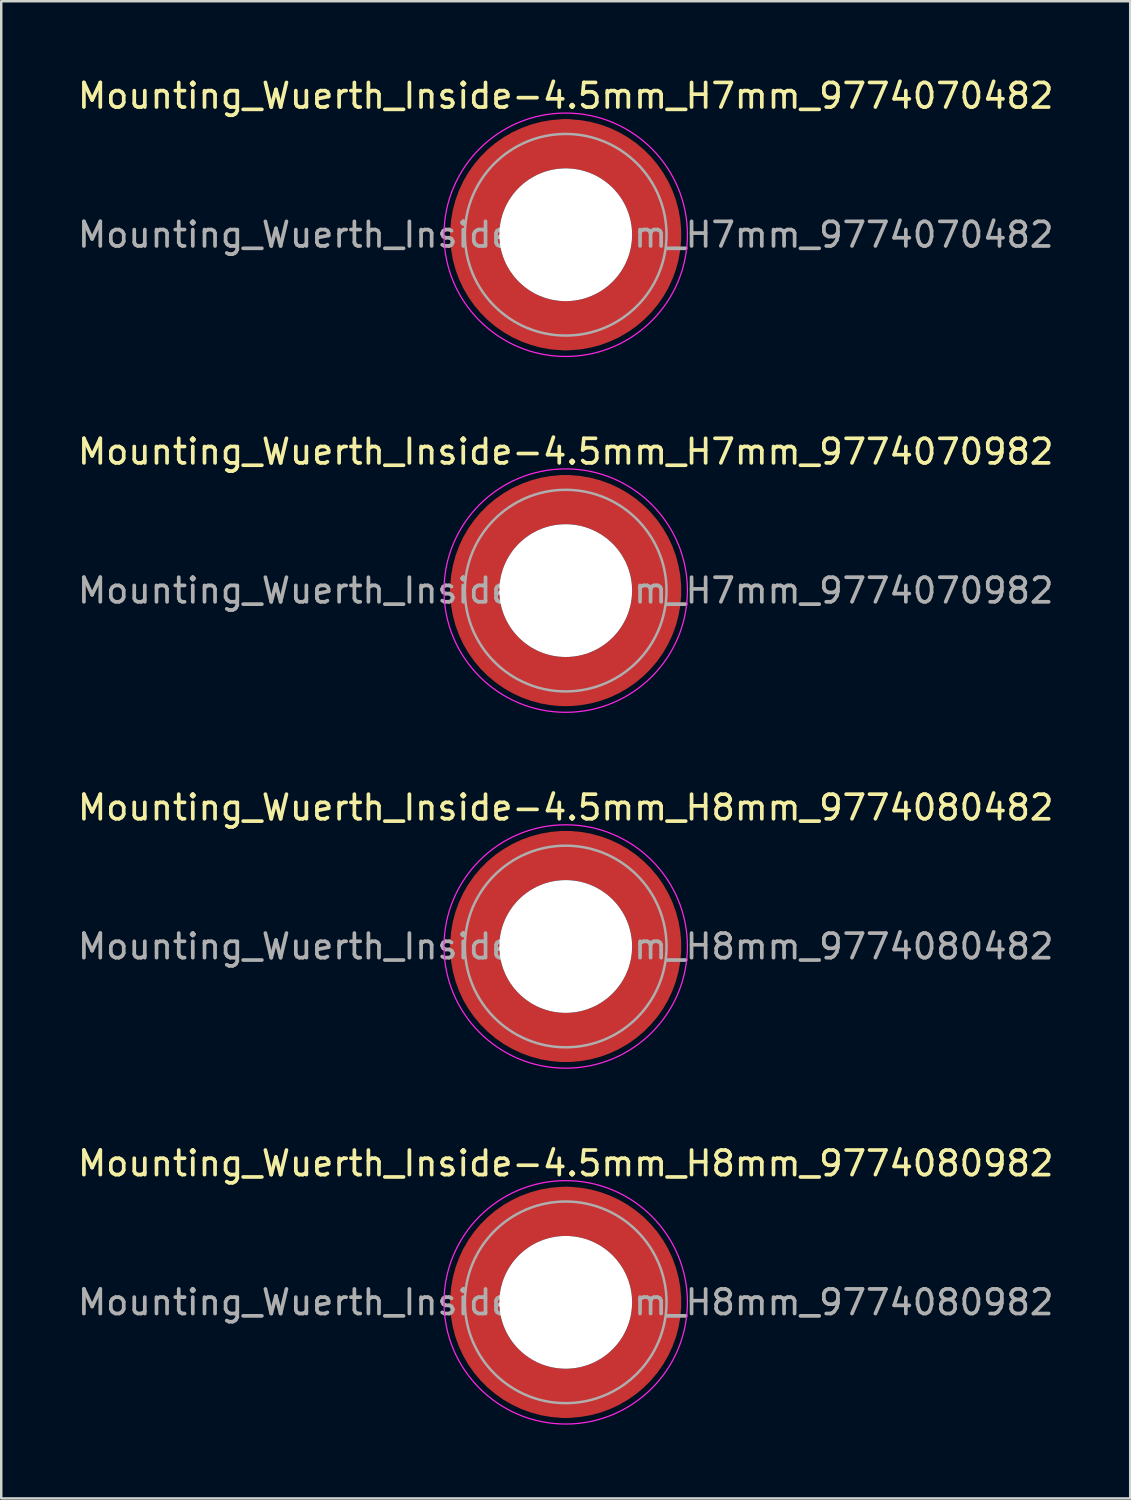
<source format=kicad_pcb>
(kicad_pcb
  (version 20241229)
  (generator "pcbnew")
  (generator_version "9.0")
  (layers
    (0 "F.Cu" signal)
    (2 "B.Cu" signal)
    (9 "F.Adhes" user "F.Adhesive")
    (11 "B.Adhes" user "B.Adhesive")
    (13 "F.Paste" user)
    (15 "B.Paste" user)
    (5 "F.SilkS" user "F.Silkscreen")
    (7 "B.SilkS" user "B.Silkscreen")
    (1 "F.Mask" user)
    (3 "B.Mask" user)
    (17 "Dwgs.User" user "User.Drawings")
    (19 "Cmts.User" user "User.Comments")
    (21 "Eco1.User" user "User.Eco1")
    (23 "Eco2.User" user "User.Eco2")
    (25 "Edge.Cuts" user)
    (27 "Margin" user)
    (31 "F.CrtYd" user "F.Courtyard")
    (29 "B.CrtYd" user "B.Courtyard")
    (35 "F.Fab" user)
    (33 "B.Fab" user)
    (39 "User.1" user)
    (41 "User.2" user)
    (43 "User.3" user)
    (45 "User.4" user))
  (footprint "Mounting_Wuerth_Inside-4.5mm_H7mm_9774070982"
    (layer "F.Cu")
    (at 19.958 20.971)
    (property "Reference" "Mounting_Wuerth_Inside-4.5mm_H7mm_9774070982" (at 0 -5.65 0) (layer "F.SilkS") (effects (font (size 1 1) (thickness 0.15))))
    (attr smd)
    (fp_circle (center 0 0) (end 4.95 0) (stroke (width 0.05) (type solid)) (fill no) (layer "F.CrtYd"))
    (fp_circle (center 0 0) (end 4.1 0) (stroke (width 0.1) (type solid)) (fill no) (layer "F.Fab"))
    (fp_text user "${REFERENCE}" (at 0 0 0) (layer "F.Fab") (effects (font (size 1 1) (thickness 0.15))))
    (pad "" smd custom (at -2.607 -2.607) (size 1.895 1.895) (layers "F.Paste") (options (anchor circle)) (primitives (gr_arc (start -0.485237 1.733706) (mid 0.334992 0.334992) (end 1.733706 -0.485237) (width 0.9475)) (gr_arc (start -0.975031 1.733706) (mid 0 0) (end 1.733706 -0.975031) (width 0.9475)) (gr_arc (start -1.461028 1.733706) (mid -0.334992 -0.334992) (end 1.733706 -1.461028) (width 0.9475)) (gr_line (start 1.734 -0.485) (end 1.734 -1.461) (width 0.948)) (gr_line (start -0.485 1.734) (end -1.461 1.734) (width 0.948))))
    (pad "" smd custom (at -2.607 2.607) (size 1.895 1.895) (layers "F.Paste") (options (anchor circle)) (primitives (gr_arc (start 1.733706 0.485237) (mid 0.334992 -0.334992) (end -0.485237 -1.733706) (width 0.9475)) (gr_arc (start 1.733706 0.975031) (mid 0 0) (end -0.975031 -1.733706) (width 0.9475)) (gr_arc (start 1.733706 1.461028) (mid -0.334992 0.334992) (end -1.461028 -1.733706) (width 0.9475)) (gr_line (start -0.485 -1.734) (end -1.461 -1.734) (width 0.948)) (gr_line (start 1.734 0.485) (end 1.734 1.461) (width 0.948))))
    (pad "" np_thru_hole circle (at 0 0) (size 5.4 5.4) (drill 5.4) (layers "*.Cu" "*.Mask"))
    (pad "" smd custom (at 2.607 -2.607) (size 1.895 1.895) (layers "F.Paste") (options (anchor circle)) (primitives (gr_arc (start -1.733706 -0.485237) (mid -0.334992 0.334992) (end 0.485237 1.733706) (width 0.9475)) (gr_arc (start -1.733706 -0.975031) (mid 0 0) (end 0.975031 1.733706) (width 0.9475)) (gr_arc (start -1.733706 -1.461028) (mid 0.334992 -0.334992) (end 1.461028 1.733706) (width 0.9475)) (gr_line (start 0.485 1.734) (end 1.461 1.734) (width 0.948)) (gr_line (start -1.734 -0.485) (end -1.734 -1.461) (width 0.948))))
    (pad "" smd custom (at 2.607 2.607) (size 1.895 1.895) (layers "F.Paste") (options (anchor circle)) (primitives (gr_arc (start 0.485237 -1.733706) (mid -0.334992 -0.334992) (end -1.733706 0.485237) (width 0.9475)) (gr_arc (start 0.975031 -1.733706) (mid 0 0) (end -1.733706 0.975031) (width 0.9475)) (gr_arc (start 1.461028 -1.733706) (mid 0.334992 0.334992) (end -1.733706 1.461028) (width 0.9475)) (gr_line (start -1.734 0.485) (end -1.734 1.461) (width 0.948)) (gr_line (start 0.485 -1.734) (end 1.461 -1.734) (width 0.948))))
    (pad "1" smd circle (at -3.7 0) (size 2 2) (layers "F.Cu"))
    (pad "1" smd circle (at 0 -3.7) (size 2 2) (layers "F.Cu"))
    (pad "1" smd circle (at 0 3.7) (size 2 2) (layers "F.Cu"))
    (pad "1" smd custom (at 3.7 0) (size 2 2) (layers "F.Cu" "F.Mask") (options (anchor circle)) (primitives (gr_circle (center -3.7 0) (end 0 0) (width 2) (fill no)))))
  (footprint "Mounting_Wuerth_Inside-4.5mm_H7mm_9774070482"
    (layer "F.Cu")
    (at 19.958 6.498)
    (property "Reference" "Mounting_Wuerth_Inside-4.5mm_H7mm_9774070482" (at 0 -5.65 0) (layer "F.SilkS") (effects (font (size 1 1) (thickness 0.15))))
    (attr smd)
    (fp_circle (center 0 0) (end 4.95 0) (stroke (width 0.05) (type solid)) (fill no) (layer "F.CrtYd"))
    (fp_circle (center 0 0) (end 4.1 0) (stroke (width 0.1) (type solid)) (fill no) (layer "F.Fab"))
    (fp_text user "${REFERENCE}" (at 0 0 0) (layer "F.Fab") (effects (font (size 1 1) (thickness 0.15))))
    (pad "" smd custom (at -2.607 -2.607) (size 1.895 1.895) (layers "F.Paste") (options (anchor circle)) (primitives (gr_arc (start -0.485237 1.733706) (mid 0.334992 0.334992) (end 1.733706 -0.485237) (width 0.9475)) (gr_arc (start -0.975031 1.733706) (mid 0 0) (end 1.733706 -0.975031) (width 0.9475)) (gr_arc (start -1.461028 1.733706) (mid -0.334992 -0.334992) (end 1.733706 -1.461028) (width 0.9475)) (gr_line (start 1.734 -0.485) (end 1.734 -1.461) (width 0.948)) (gr_line (start -0.485 1.734) (end -1.461 1.734) (width 0.948))))
    (pad "" smd custom (at -2.607 2.607) (size 1.895 1.895) (layers "F.Paste") (options (anchor circle)) (primitives (gr_arc (start 1.733706 0.485237) (mid 0.334992 -0.334992) (end -0.485237 -1.733706) (width 0.9475)) (gr_arc (start 1.733706 0.975031) (mid 0 0) (end -0.975031 -1.733706) (width 0.9475)) (gr_arc (start 1.733706 1.461028) (mid -0.334992 0.334992) (end -1.461028 -1.733706) (width 0.9475)) (gr_line (start -0.485 -1.734) (end -1.461 -1.734) (width 0.948)) (gr_line (start 1.734 0.485) (end 1.734 1.461) (width 0.948))))
    (pad "" np_thru_hole circle (at 0 0) (size 5.4 5.4) (drill 5.4) (layers "*.Cu" "*.Mask"))
    (pad "" smd custom (at 2.607 -2.607) (size 1.895 1.895) (layers "F.Paste") (options (anchor circle)) (primitives (gr_arc (start -1.733706 -0.485237) (mid -0.334992 0.334992) (end 0.485237 1.733706) (width 0.9475)) (gr_arc (start -1.733706 -0.975031) (mid 0 0) (end 0.975031 1.733706) (width 0.9475)) (gr_arc (start -1.733706 -1.461028) (mid 0.334992 -0.334992) (end 1.461028 1.733706) (width 0.9475)) (gr_line (start 0.485 1.734) (end 1.461 1.734) (width 0.948)) (gr_line (start -1.734 -0.485) (end -1.734 -1.461) (width 0.948))))
    (pad "" smd custom (at 2.607 2.607) (size 1.895 1.895) (layers "F.Paste") (options (anchor circle)) (primitives (gr_arc (start 0.485237 -1.733706) (mid -0.334992 -0.334992) (end -1.733706 0.485237) (width 0.9475)) (gr_arc (start 0.975031 -1.733706) (mid 0 0) (end -1.733706 0.975031) (width 0.9475)) (gr_arc (start 1.461028 -1.733706) (mid 0.334992 0.334992) (end -1.733706 1.461028) (width 0.9475)) (gr_line (start -1.734 0.485) (end -1.734 1.461) (width 0.948)) (gr_line (start 0.485 -1.734) (end 1.461 -1.734) (width 0.948))))
    (pad "1" smd circle (at -3.7 0) (size 2 2) (layers "F.Cu"))
    (pad "1" smd circle (at 0 -3.7) (size 2 2) (layers "F.Cu"))
    (pad "1" smd circle (at 0 3.7) (size 2 2) (layers "F.Cu"))
    (pad "1" smd custom (at 3.7 0) (size 2 2) (layers "F.Cu" "F.Mask") (options (anchor circle)) (primitives (gr_circle (center -3.7 0) (end 0 0) (width 2) (fill no)))))
  (footprint "Mounting_Wuerth_Inside-4.5mm_H8mm_9774080482"
    (layer "F.Cu")
    (at 19.958 35.445)
    (property "Reference" "Mounting_Wuerth_Inside-4.5mm_H8mm_9774080482" (at 0 -5.65 0) (layer "F.SilkS") (effects (font (size 1 1) (thickness 0.15))))
    (attr smd)
    (fp_circle (center 0 0) (end 4.95 0) (stroke (width 0.05) (type solid)) (fill no) (layer "F.CrtYd"))
    (fp_circle (center 0 0) (end 4.1 0) (stroke (width 0.1) (type solid)) (fill no) (layer "F.Fab"))
    (fp_text user "${REFERENCE}" (at 0 0 0) (layer "F.Fab") (effects (font (size 1 1) (thickness 0.15))))
    (pad "" smd custom (at -2.607 -2.607) (size 1.895 1.895) (layers "F.Paste") (options (anchor circle)) (primitives (gr_arc (start -0.485237 1.733706) (mid 0.334992 0.334992) (end 1.733706 -0.485237) (width 0.9475)) (gr_arc (start -0.975031 1.733706) (mid 0 0) (end 1.733706 -0.975031) (width 0.9475)) (gr_arc (start -1.461028 1.733706) (mid -0.334992 -0.334992) (end 1.733706 -1.461028) (width 0.9475)) (gr_line (start 1.734 -0.485) (end 1.734 -1.461) (width 0.948)) (gr_line (start -0.485 1.734) (end -1.461 1.734) (width 0.948))))
    (pad "" smd custom (at -2.607 2.607) (size 1.895 1.895) (layers "F.Paste") (options (anchor circle)) (primitives (gr_arc (start 1.733706 0.485237) (mid 0.334992 -0.334992) (end -0.485237 -1.733706) (width 0.9475)) (gr_arc (start 1.733706 0.975031) (mid 0 0) (end -0.975031 -1.733706) (width 0.9475)) (gr_arc (start 1.733706 1.461028) (mid -0.334992 0.334992) (end -1.461028 -1.733706) (width 0.9475)) (gr_line (start -0.485 -1.734) (end -1.461 -1.734) (width 0.948)) (gr_line (start 1.734 0.485) (end 1.734 1.461) (width 0.948))))
    (pad "" np_thru_hole circle (at 0 0) (size 5.4 5.4) (drill 5.4) (layers "*.Cu" "*.Mask"))
    (pad "" smd custom (at 2.607 -2.607) (size 1.895 1.895) (layers "F.Paste") (options (anchor circle)) (primitives (gr_arc (start -1.733706 -0.485237) (mid -0.334992 0.334992) (end 0.485237 1.733706) (width 0.9475)) (gr_arc (start -1.733706 -0.975031) (mid 0 0) (end 0.975031 1.733706) (width 0.9475)) (gr_arc (start -1.733706 -1.461028) (mid 0.334992 -0.334992) (end 1.461028 1.733706) (width 0.9475)) (gr_line (start 0.485 1.734) (end 1.461 1.734) (width 0.948)) (gr_line (start -1.734 -0.485) (end -1.734 -1.461) (width 0.948))))
    (pad "" smd custom (at 2.607 2.607) (size 1.895 1.895) (layers "F.Paste") (options (anchor circle)) (primitives (gr_arc (start 0.485237 -1.733706) (mid -0.334992 -0.334992) (end -1.733706 0.485237) (width 0.9475)) (gr_arc (start 0.975031 -1.733706) (mid 0 0) (end -1.733706 0.975031) (width 0.9475)) (gr_arc (start 1.461028 -1.733706) (mid 0.334992 0.334992) (end -1.733706 1.461028) (width 0.9475)) (gr_line (start -1.734 0.485) (end -1.734 1.461) (width 0.948)) (gr_line (start 0.485 -1.734) (end 1.461 -1.734) (width 0.948))))
    (pad "1" smd circle (at -3.7 0) (size 2 2) (layers "F.Cu"))
    (pad "1" smd circle (at 0 -3.7) (size 2 2) (layers "F.Cu"))
    (pad "1" smd circle (at 0 3.7) (size 2 2) (layers "F.Cu"))
    (pad "1" smd custom (at 3.7 0) (size 2 2) (layers "F.Cu" "F.Mask") (options (anchor circle)) (primitives (gr_circle (center -3.7 0) (end 0 0) (width 2) (fill no)))))
  (footprint "Mounting_Wuerth_Inside-4.5mm_H8mm_9774080982"
    (layer "F.Cu")
    (at 19.958 49.918)
    (property "Reference" "Mounting_Wuerth_Inside-4.5mm_H8mm_9774080982" (at 0 -5.65 0) (layer "F.SilkS") (effects (font (size 1 1) (thickness 0.15))))
    (attr smd)
    (fp_circle (center 0 0) (end 4.95 0) (stroke (width 0.05) (type solid)) (fill no) (layer "F.CrtYd"))
    (fp_circle (center 0 0) (end 4.1 0) (stroke (width 0.1) (type solid)) (fill no) (layer "F.Fab"))
    (fp_text user "${REFERENCE}" (at 0 0 0) (layer "F.Fab") (effects (font (size 1 1) (thickness 0.15))))
    (pad "" smd custom (at -2.607 -2.607) (size 1.895 1.895) (layers "F.Paste") (options (anchor circle)) (primitives (gr_arc (start -0.485237 1.733706) (mid 0.334992 0.334992) (end 1.733706 -0.485237) (width 0.9475)) (gr_arc (start -0.975031 1.733706) (mid 0 0) (end 1.733706 -0.975031) (width 0.9475)) (gr_arc (start -1.461028 1.733706) (mid -0.334992 -0.334992) (end 1.733706 -1.461028) (width 0.9475)) (gr_line (start 1.734 -0.485) (end 1.734 -1.461) (width 0.948)) (gr_line (start -0.485 1.734) (end -1.461 1.734) (width 0.948))))
    (pad "" smd custom (at -2.607 2.607) (size 1.895 1.895) (layers "F.Paste") (options (anchor circle)) (primitives (gr_arc (start 1.733706 0.485237) (mid 0.334992 -0.334992) (end -0.485237 -1.733706) (width 0.9475)) (gr_arc (start 1.733706 0.975031) (mid 0 0) (end -0.975031 -1.733706) (width 0.9475)) (gr_arc (start 1.733706 1.461028) (mid -0.334992 0.334992) (end -1.461028 -1.733706) (width 0.9475)) (gr_line (start -0.485 -1.734) (end -1.461 -1.734) (width 0.948)) (gr_line (start 1.734 0.485) (end 1.734 1.461) (width 0.948))))
    (pad "" np_thru_hole circle (at 0 0) (size 5.4 5.4) (drill 5.4) (layers "*.Cu" "*.Mask"))
    (pad "" smd custom (at 2.607 -2.607) (size 1.895 1.895) (layers "F.Paste") (options (anchor circle)) (primitives (gr_arc (start -1.733706 -0.485237) (mid -0.334992 0.334992) (end 0.485237 1.733706) (width 0.9475)) (gr_arc (start -1.733706 -0.975031) (mid 0 0) (end 0.975031 1.733706) (width 0.9475)) (gr_arc (start -1.733706 -1.461028) (mid 0.334992 -0.334992) (end 1.461028 1.733706) (width 0.9475)) (gr_line (start 0.485 1.734) (end 1.461 1.734) (width 0.948)) (gr_line (start -1.734 -0.485) (end -1.734 -1.461) (width 0.948))))
    (pad "" smd custom (at 2.607 2.607) (size 1.895 1.895) (layers "F.Paste") (options (anchor circle)) (primitives (gr_arc (start 0.485237 -1.733706) (mid -0.334992 -0.334992) (end -1.733706 0.485237) (width 0.9475)) (gr_arc (start 0.975031 -1.733706) (mid 0 0) (end -1.733706 0.975031) (width 0.9475)) (gr_arc (start 1.461028 -1.733706) (mid 0.334992 0.334992) (end -1.733706 1.461028) (width 0.9475)) (gr_line (start -1.734 0.485) (end -1.734 1.461) (width 0.948)) (gr_line (start 0.485 -1.734) (end 1.461 -1.734) (width 0.948))))
    (pad "1" smd circle (at -3.7 0) (size 2 2) (layers "F.Cu"))
    (pad "1" smd circle (at 0 -3.7) (size 2 2) (layers "F.Cu"))
    (pad "1" smd circle (at 0 3.7) (size 2 2) (layers "F.Cu"))
    (pad "1" smd custom (at 3.7 0) (size 2 2) (layers "F.Cu" "F.Mask") (options (anchor circle)) (primitives (gr_circle (center -3.7 0) (end 0 0) (width 2) (fill no)))))
  (gr_rect
    (start -3 -3)
    (end 42.917 57.893)
    (stroke (width 0.1) (type default))
    (fill no)
    (layer "Edge.Cuts")))
</source>
